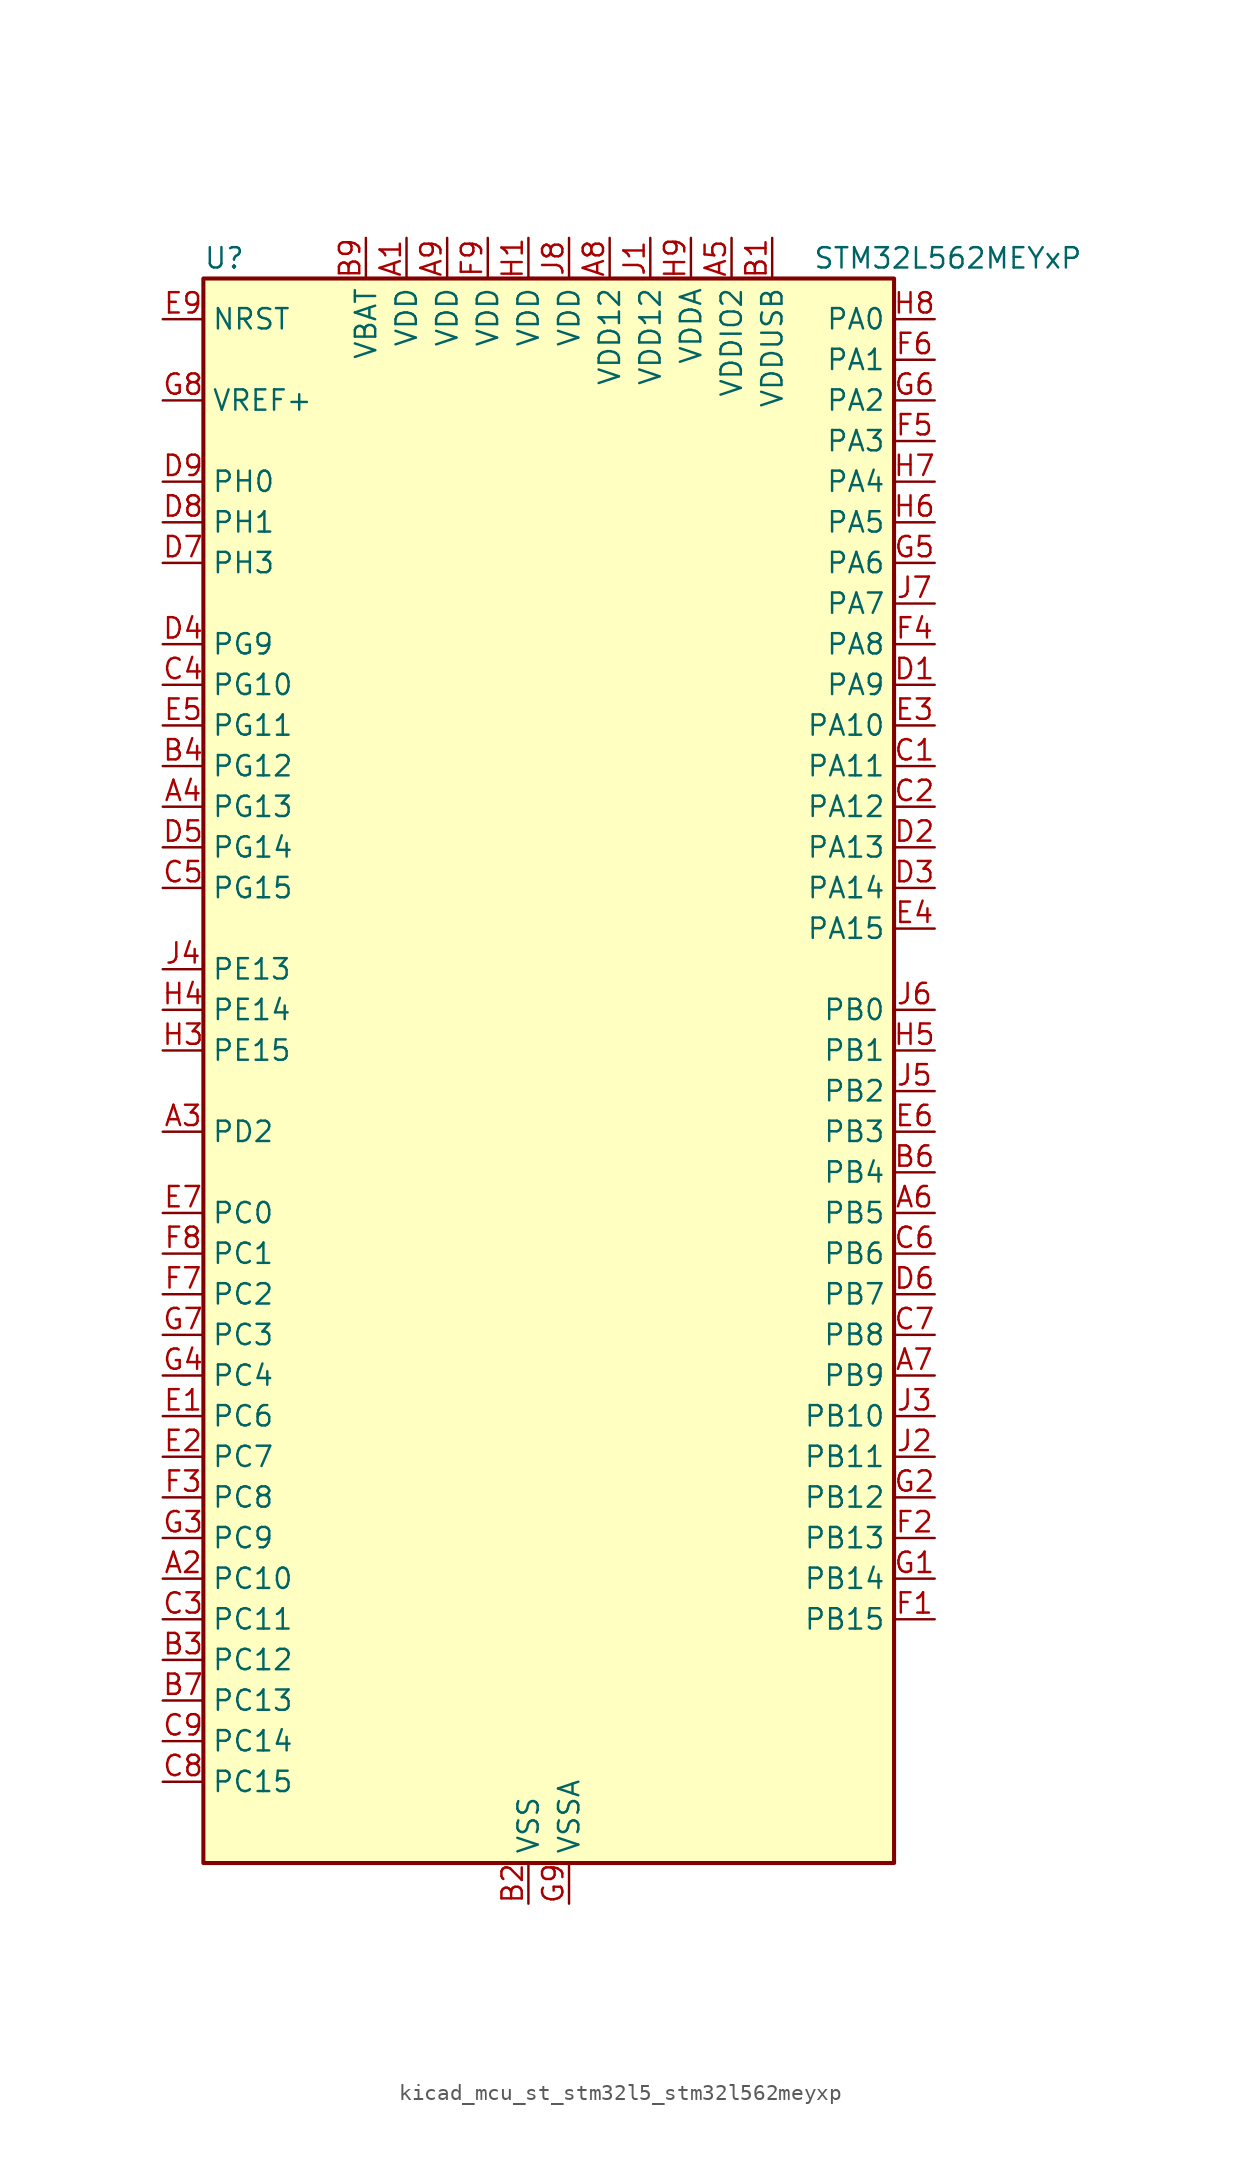
<source format=kicad_sym>
(kicad_symbol_lib
  (version 20220914)
  (generator kicad_symbol_editor)
  (symbol "kicad_mcu_st_stm32l5_stm32l562meyxp"
    (property "Reference" "U"
      (at -20.32 52.07 0)
      (effects (font (size 1.27 1.27)) (justify left)))
    (property "Value" "STM32L562MEYxP"
      (at 17.78 52.07 0)
      (effects (font (size 1.27 1.27)) (justify left)))
    (property "ki_locked" ""
      (at 0 0 0)
      (effects (font (size 1.27 1.27))))
    (symbol "kicad_mcu_st_stm32l5_stm32l562meyxp_0_1"
      (rectangle (start -20.32 -48.26) (end 22.86 50.8) (stroke (width 0.254) (type default)) (fill (type background))))
    (symbol "kicad_mcu_st_stm32l5_stm32l562meyxp_1_1"
      (pin power_in line (at -7.62 53.34 270) (length 2.54) (name "VDD" (effects (font (size 1.27 1.27)))) (number "A1" (effects (font (size 1.27 1.27)))))
      (pin bidirectional line (at -22.86 -30.48 0) (length 2.54) (name "PC10" (effects (font (size 1.27 1.27)))) (number "A2" (effects (font (size 1.27 1.27)))) (alternate "DEBUG_TRACED1" bidirectional line) (alternate "LPTIM3_ETR" bidirectional line) (alternate "SAI2_SCK_B" bidirectional line) (alternate "SDMMC1_D2" bidirectional line) (alternate "SPI3_SCK" bidirectional line) (alternate "TSC_G3_IO2" bidirectional line) (alternate "UART4_TX" bidirectional line) (alternate "USART3_TX" bidirectional line))
      (pin bidirectional line (at -22.86 -2.54 0) (length 2.54) (name "PD2" (effects (font (size 1.27 1.27)))) (number "A3" (effects (font (size 1.27 1.27)))) (alternate "DEBUG_TRACED2" bidirectional line) (alternate "SDMMC1_CMD" bidirectional line) (alternate "TIM3_ETR" bidirectional line) (alternate "TSC_SYNC" bidirectional line) (alternate "UART5_RX" bidirectional line) (alternate "USART3_DE" bidirectional line) (alternate "USART3_RTS" bidirectional line))
      (pin bidirectional line (at -22.86 17.78 0) (length 2.54) (name "PG13" (effects (font (size 1.27 1.27)))) (number "A4" (effects (font (size 1.27 1.27)))) (alternate "I2C1_SDA" bidirectional line) (alternate "USART1_CK" bidirectional line))
      (pin power_in line (at 12.7 53.34 270) (length 2.54) (name "VDDIO2" (effects (font (size 1.27 1.27)))) (number "A5" (effects (font (size 1.27 1.27)))))
      (pin bidirectional line (at 25.4 -7.62 180) (length 2.54) (name "PB5" (effects (font (size 1.27 1.27)))) (number "A6" (effects (font (size 1.27 1.27)))) (alternate "COMP2_OUT" bidirectional line) (alternate "I2C1_SMBA" bidirectional line) (alternate "LPTIM1_IN1" bidirectional line) (alternate "OCTOSPI1_NCLK" bidirectional line) (alternate "SAI1_SD_B" bidirectional line) (alternate "SPI1_MOSI" bidirectional line) (alternate "SPI3_MOSI" bidirectional line) (alternate "TIM16_BKIN" bidirectional line) (alternate "TIM3_CH2" bidirectional line) (alternate "TSC_G2_IO2" bidirectional line) (alternate "UART5_CTS" bidirectional line) (alternate "UCPD1_DBCC1" bidirectional line) (alternate "USART1_CK" bidirectional line))
      (pin bidirectional line (at 25.4 -17.78 180) (length 2.54) (name "PB9" (effects (font (size 1.27 1.27)))) (number "A7" (effects (font (size 1.27 1.27)))) (alternate "DAC1_EXTI9" bidirectional line) (alternate "FDCAN1_TX" bidirectional line) (alternate "I2C1_SDA" bidirectional line) (alternate "IR_OUT" bidirectional line) (alternate "SAI1_D2" bidirectional line) (alternate "SAI1_FS_A" bidirectional line) (alternate "SDMMC1_CDIR" bidirectional line) (alternate "SDMMC1_D5" bidirectional line) (alternate "SPI2_NSS" bidirectional line) (alternate "TIM17_CH1" bidirectional line) (alternate "TIM4_CH4" bidirectional line))
      (pin power_in line (at 5.08 53.34 270) (length 2.54) (name "VDD12" (effects (font (size 1.27 1.27)))) (number "A8" (effects (font (size 1.27 1.27)))))
      (pin power_in line (at -5.08 53.34 270) (length 2.54) (name "VDD" (effects (font (size 1.27 1.27)))) (number "A9" (effects (font (size 1.27 1.27)))))
      (pin power_in line (at 15.24 53.34 270) (length 2.54) (name "VDDUSB" (effects (font (size 1.27 1.27)))) (number "B1" (effects (font (size 1.27 1.27)))))
      (pin power_in line (at 0 -50.8 90) (length 2.54) (name "VSS" (effects (font (size 1.27 1.27)))) (number "B2" (effects (font (size 1.27 1.27)))))
      (pin bidirectional line (at -22.86 -35.56 0) (length 2.54) (name "PC12" (effects (font (size 1.27 1.27)))) (number "B3" (effects (font (size 1.27 1.27)))) (alternate "DEBUG_TRACED3" bidirectional line) (alternate "SAI2_SD_B" bidirectional line) (alternate "SDMMC1_CK" bidirectional line) (alternate "SPI3_MOSI" bidirectional line) (alternate "TSC_G3_IO4" bidirectional line) (alternate "UART5_TX" bidirectional line) (alternate "USART3_CK" bidirectional line))
      (pin bidirectional line (at -22.86 20.32 0) (length 2.54) (name "PG12" (effects (font (size 1.27 1.27)))) (number "B4" (effects (font (size 1.27 1.27)))) (alternate "LPTIM1_ETR" bidirectional line) (alternate "SAI2_SD_A" bidirectional line) (alternate "SPI3_NSS" bidirectional line) (alternate "USART1_DE" bidirectional line) (alternate "USART1_RTS" bidirectional line))
      (pin passive line (at 0 -50.8 90) (length 2.54) hide (name "VSS" (effects (font (size 1.27 1.27)))) (number "B5" (effects (font (size 1.27 1.27)))))
      (pin bidirectional line (at 25.4 -5.08 180) (length 2.54) (name "PB4" (effects (font (size 1.27 1.27)))) (number "B6" (effects (font (size 1.27 1.27)))) (alternate "COMP2_INP" bidirectional line) (alternate "DEBUG_JTRST" bidirectional line) (alternate "I2C3_SDA" bidirectional line) (alternate "SAI1_MCLK_B" bidirectional line) (alternate "SPI1_MISO" bidirectional line) (alternate "SPI3_MISO" bidirectional line) (alternate "TIM17_BKIN" bidirectional line) (alternate "TIM3_CH1" bidirectional line) (alternate "TSC_G2_IO1" bidirectional line) (alternate "UART5_DE" bidirectional line) (alternate "UART5_RTS" bidirectional line) (alternate "USART1_CTS" bidirectional line) (alternate "USART1_NSS" bidirectional line))
      (pin bidirectional line (at -22.86 -38.1 0) (length 2.54) (name "PC13" (effects (font (size 1.27 1.27)))) (number "B7" (effects (font (size 1.27 1.27)))) (alternate "PWR_WKUP2" bidirectional line) (alternate "RTC_OUT1" bidirectional line) (alternate "RTC_TS" bidirectional line) (alternate "TAMP_IN1" bidirectional line) (alternate "TAMP_OUT2" bidirectional line))
      (pin passive line (at 0 -50.8 90) (length 2.54) hide (name "VSS" (effects (font (size 1.27 1.27)))) (number "B8" (effects (font (size 1.27 1.27)))))
      (pin power_in line (at -10.16 53.34 270) (length 2.54) (name "VBAT" (effects (font (size 1.27 1.27)))) (number "B9" (effects (font (size 1.27 1.27)))))
      (pin bidirectional line (at 25.4 20.32 180) (length 2.54) (name "PA11" (effects (font (size 1.27 1.27)))) (number "C1" (effects (font (size 1.27 1.27)))) (alternate "ADC1_EXTI11" bidirectional line) (alternate "ADC2_EXTI11" bidirectional line) (alternate "FDCAN1_RX" bidirectional line) (alternate "SPI1_MISO" bidirectional line) (alternate "TIM1_BKIN2" bidirectional line) (alternate "TIM1_CH4" bidirectional line) (alternate "USART1_CTS" bidirectional line) (alternate "USART1_NSS" bidirectional line) (alternate "USB_DM" bidirectional line))
      (pin bidirectional line (at 25.4 17.78 180) (length 2.54) (name "PA12" (effects (font (size 1.27 1.27)))) (number "C2" (effects (font (size 1.27 1.27)))) (alternate "FDCAN1_TX" bidirectional line) (alternate "SPI1_MOSI" bidirectional line) (alternate "TIM1_ETR" bidirectional line) (alternate "USART1_DE" bidirectional line) (alternate "USART1_RTS" bidirectional line) (alternate "USB_DP" bidirectional line))
      (pin bidirectional line (at -22.86 -33.02 0) (length 2.54) (name "PC11" (effects (font (size 1.27 1.27)))) (number "C3" (effects (font (size 1.27 1.27)))) (alternate "ADC1_EXTI11" bidirectional line) (alternate "ADC2_EXTI11" bidirectional line) (alternate "LPTIM3_IN1" bidirectional line) (alternate "OCTOSPI1_NCS" bidirectional line) (alternate "SAI2_MCLK_B" bidirectional line) (alternate "SDMMC1_D3" bidirectional line) (alternate "SPI3_MISO" bidirectional line) (alternate "TSC_G3_IO3" bidirectional line) (alternate "UART4_RX" bidirectional line) (alternate "UCPD1_FRSTX2" bidirectional line) (alternate "USART3_RX" bidirectional line))
      (pin bidirectional line (at -22.86 25.4 0) (length 2.54) (name "PG10" (effects (font (size 1.27 1.27)))) (number "C4" (effects (font (size 1.27 1.27)))) (alternate "LPTIM1_IN1" bidirectional line) (alternate "SAI2_FS_A" bidirectional line) (alternate "SPI3_MISO" bidirectional line) (alternate "TIM15_CH1" bidirectional line) (alternate "USART1_RX" bidirectional line))
      (pin bidirectional line (at -22.86 12.7 0) (length 2.54) (name "PG15" (effects (font (size 1.27 1.27)))) (number "C5" (effects (font (size 1.27 1.27)))) (alternate "ADC1_EXTI15" bidirectional line) (alternate "ADC2_EXTI15" bidirectional line) (alternate "I2C1_SMBA" bidirectional line) (alternate "LPTIM1_OUT" bidirectional line))
      (pin bidirectional line (at 25.4 -10.16 180) (length 2.54) (name "PB6" (effects (font (size 1.27 1.27)))) (number "C6" (effects (font (size 1.27 1.27)))) (alternate "COMP2_INP" bidirectional line) (alternate "I2C1_SCL" bidirectional line) (alternate "I2C4_SCL" bidirectional line) (alternate "LPTIM1_ETR" bidirectional line) (alternate "SAI1_FS_B" bidirectional line) (alternate "TIM16_CH1N" bidirectional line) (alternate "TIM4_CH1" bidirectional line) (alternate "TIM8_BKIN2" bidirectional line) (alternate "TSC_G2_IO3" bidirectional line) (alternate "USART1_TX" bidirectional line))
      (pin bidirectional line (at 25.4 -15.24 180) (length 2.54) (name "PB8" (effects (font (size 1.27 1.27)))) (number "C7" (effects (font (size 1.27 1.27)))) (alternate "DFSDM1_CKOUT" bidirectional line) (alternate "FDCAN1_RX" bidirectional line) (alternate "I2C1_SCL" bidirectional line) (alternate "SAI1_CK1" bidirectional line) (alternate "SAI1_MCLK_A" bidirectional line) (alternate "SDMMC1_CKIN" bidirectional line) (alternate "SDMMC1_D4" bidirectional line) (alternate "TIM16_CH1" bidirectional line) (alternate "TIM4_CH3" bidirectional line))
      (pin bidirectional line (at -22.86 -43.18 0) (length 2.54) (name "PC15" (effects (font (size 1.27 1.27)))) (number "C8" (effects (font (size 1.27 1.27)))) (alternate "ADC1_EXTI15" bidirectional line) (alternate "ADC2_EXTI15" bidirectional line) (alternate "RCC_OSC32_OUT" bidirectional line))
      (pin bidirectional line (at -22.86 -40.64 0) (length 2.54) (name "PC14" (effects (font (size 1.27 1.27)))) (number "C9" (effects (font (size 1.27 1.27)))) (alternate "RCC_OSC32_IN" bidirectional line))
      (pin bidirectional line (at 25.4 25.4 180) (length 2.54) (name "PA9" (effects (font (size 1.27 1.27)))) (number "D1" (effects (font (size 1.27 1.27)))) (alternate "DAC1_EXTI9" bidirectional line) (alternate "SAI1_FS_A" bidirectional line) (alternate "SPI2_SCK" bidirectional line) (alternate "TIM15_BKIN" bidirectional line) (alternate "TIM1_CH2" bidirectional line) (alternate "USART1_TX" bidirectional line))
      (pin bidirectional line (at 25.4 15.24 180) (length 2.54) (name "PA13" (effects (font (size 1.27 1.27)))) (number "D2" (effects (font (size 1.27 1.27)))) (alternate "DEBUG_JTMS-SWDIO" bidirectional line) (alternate "IR_OUT" bidirectional line) (alternate "SAI1_SD_B" bidirectional line) (alternate "USB_NOE" bidirectional line))
      (pin bidirectional line (at 25.4 12.7 180) (length 2.54) (name "PA14" (effects (font (size 1.27 1.27)))) (number "D3" (effects (font (size 1.27 1.27)))) (alternate "DEBUG_JTCK-SWCLK" bidirectional line) (alternate "I2C1_SMBA" bidirectional line) (alternate "I2C4_SMBA" bidirectional line) (alternate "LPTIM1_OUT" bidirectional line) (alternate "SAI1_FS_B" bidirectional line))
      (pin bidirectional line (at -22.86 27.94 0) (length 2.54) (name "PG9" (effects (font (size 1.27 1.27)))) (number "D4" (effects (font (size 1.27 1.27)))) (alternate "DAC1_EXTI9" bidirectional line) (alternate "SAI2_SCK_A" bidirectional line) (alternate "SPI3_SCK" bidirectional line) (alternate "TIM15_CH1N" bidirectional line) (alternate "USART1_TX" bidirectional line))
      (pin bidirectional line (at -22.86 15.24 0) (length 2.54) (name "PG14" (effects (font (size 1.27 1.27)))) (number "D5" (effects (font (size 1.27 1.27)))) (alternate "I2C1_SCL" bidirectional line))
      (pin bidirectional line (at 25.4 -12.7 180) (length 2.54) (name "PB7" (effects (font (size 1.27 1.27)))) (number "D6" (effects (font (size 1.27 1.27)))) (alternate "COMP2_INM" bidirectional line) (alternate "I2C1_SDA" bidirectional line) (alternate "I2C4_SDA" bidirectional line) (alternate "LPTIM1_IN2" bidirectional line) (alternate "PWR_PVD_IN" bidirectional line) (alternate "TIM17_CH1N" bidirectional line) (alternate "TIM4_CH2" bidirectional line) (alternate "TIM8_BKIN" bidirectional line) (alternate "TSC_G2_IO4" bidirectional line) (alternate "UART4_CTS" bidirectional line) (alternate "USART1_RX" bidirectional line))
      (pin bidirectional line (at -22.86 33.02 0) (length 2.54) (name "PH3" (effects (font (size 1.27 1.27)))) (number "D7" (effects (font (size 1.27 1.27)))))
      (pin bidirectional line (at -22.86 35.56 0) (length 2.54) (name "PH1" (effects (font (size 1.27 1.27)))) (number "D8" (effects (font (size 1.27 1.27)))) (alternate "RCC_OSC_OUT" bidirectional line))
      (pin bidirectional line (at -22.86 38.1 0) (length 2.54) (name "PH0" (effects (font (size 1.27 1.27)))) (number "D9" (effects (font (size 1.27 1.27)))) (alternate "RCC_OSC_IN" bidirectional line))
      (pin bidirectional line (at -22.86 -20.32 0) (length 2.54) (name "PC6" (effects (font (size 1.27 1.27)))) (number "E1" (effects (font (size 1.27 1.27)))) (alternate "DFSDM1_CKIN3" bidirectional line) (alternate "SAI2_MCLK_A" bidirectional line) (alternate "SDMMC1_D0DIR" bidirectional line) (alternate "SDMMC1_D6" bidirectional line) (alternate "TIM3_CH1" bidirectional line) (alternate "TIM8_CH1" bidirectional line) (alternate "TSC_G4_IO1" bidirectional line))
      (pin bidirectional line (at -22.86 -22.86 0) (length 2.54) (name "PC7" (effects (font (size 1.27 1.27)))) (number "E2" (effects (font (size 1.27 1.27)))) (alternate "DFSDM1_DATIN3" bidirectional line) (alternate "SAI2_MCLK_B" bidirectional line) (alternate "SDMMC1_D123DIR" bidirectional line) (alternate "SDMMC1_D7" bidirectional line) (alternate "TIM3_CH2" bidirectional line) (alternate "TIM8_CH2" bidirectional line) (alternate "TSC_G4_IO2" bidirectional line))
      (pin bidirectional line (at 25.4 22.86 180) (length 2.54) (name "PA10" (effects (font (size 1.27 1.27)))) (number "E3" (effects (font (size 1.27 1.27)))) (alternate "CRS_SYNC" bidirectional line) (alternate "SAI1_D1" bidirectional line) (alternate "SAI1_SD_A" bidirectional line) (alternate "TIM17_BKIN" bidirectional line) (alternate "TIM1_CH3" bidirectional line) (alternate "USART1_RX" bidirectional line))
      (pin bidirectional line (at 25.4 10.16 180) (length 2.54) (name "PA15" (effects (font (size 1.27 1.27)))) (number "E4" (effects (font (size 1.27 1.27)))) (alternate "ADC1_EXTI15" bidirectional line) (alternate "ADC2_EXTI15" bidirectional line) (alternate "DEBUG_JTDI" bidirectional line) (alternate "SAI2_FS_B" bidirectional line) (alternate "SPI1_NSS" bidirectional line) (alternate "SPI3_NSS" bidirectional line) (alternate "TIM2_CH1" bidirectional line) (alternate "TIM2_ETR" bidirectional line) (alternate "UART4_DE" bidirectional line) (alternate "UART4_RTS" bidirectional line) (alternate "UCPD1_CC1" bidirectional line) (alternate "USART2_RX" bidirectional line) (alternate "USART3_DE" bidirectional line) (alternate "USART3_RTS" bidirectional line))
      (pin bidirectional line (at -22.86 22.86 0) (length 2.54) (name "PG11" (effects (font (size 1.27 1.27)))) (number "E5" (effects (font (size 1.27 1.27)))) (alternate "ADC1_EXTI11" bidirectional line) (alternate "ADC2_EXTI11" bidirectional line) (alternate "LPTIM1_IN2" bidirectional line) (alternate "OCTOSPI1_IO5" bidirectional line) (alternate "SAI2_MCLK_A" bidirectional line) (alternate "SPI3_MOSI" bidirectional line) (alternate "TIM15_CH2" bidirectional line) (alternate "USART1_CTS" bidirectional line) (alternate "USART1_NSS" bidirectional line))
      (pin bidirectional line (at 25.4 -2.54 180) (length 2.54) (name "PB3" (effects (font (size 1.27 1.27)))) (number "E6" (effects (font (size 1.27 1.27)))) (alternate "COMP2_INM" bidirectional line) (alternate "CRS_SYNC" bidirectional line) (alternate "DEBUG_JTDO-SWO" bidirectional line) (alternate "SAI1_SCK_B" bidirectional line) (alternate "SPI1_SCK" bidirectional line) (alternate "SPI3_SCK" bidirectional line) (alternate "TIM2_CH2" bidirectional line) (alternate "USART1_DE" bidirectional line) (alternate "USART1_RTS" bidirectional line))
      (pin bidirectional line (at -22.86 -7.62 0) (length 2.54) (name "PC0" (effects (font (size 1.27 1.27)))) (number "E7" (effects (font (size 1.27 1.27)))) (alternate "ADC1_IN1" bidirectional line) (alternate "ADC2_IN1" bidirectional line) (alternate "I2C3_SCL" bidirectional line) (alternate "LPTIM1_IN1" bidirectional line) (alternate "LPTIM2_IN1" bidirectional line) (alternate "LPUART1_RX" bidirectional line) (alternate "OCTOSPI1_IO7" bidirectional line) (alternate "SAI2_FS_A" bidirectional line) (alternate "SDMMC1_D5" bidirectional line))
      (pin passive line (at 0 -50.8 90) (length 2.54) hide (name "VSS" (effects (font (size 1.27 1.27)))) (number "E8" (effects (font (size 1.27 1.27)))))
      (pin input line (at -22.86 48.26 0) (length 2.54) (name "NRST" (effects (font (size 1.27 1.27)))) (number "E9" (effects (font (size 1.27 1.27)))))
      (pin bidirectional line (at 25.4 -33.02 180) (length 2.54) (name "PB15" (effects (font (size 1.27 1.27)))) (number "F1" (effects (font (size 1.27 1.27)))) (alternate "ADC1_EXTI15" bidirectional line) (alternate "ADC2_EXTI15" bidirectional line) (alternate "DFSDM1_CKIN2" bidirectional line) (alternate "RTC_REFIN" bidirectional line) (alternate "SAI2_SD_A" bidirectional line) (alternate "SPI2_MOSI" bidirectional line) (alternate "TIM15_CH2" bidirectional line) (alternate "TIM1_CH3N" bidirectional line) (alternate "TIM8_CH3N" bidirectional line) (alternate "UCPD1_CC2" bidirectional line))
      (pin bidirectional line (at 25.4 -27.94 180) (length 2.54) (name "PB13" (effects (font (size 1.27 1.27)))) (number "F2" (effects (font (size 1.27 1.27)))) (alternate "DFSDM1_CKIN1" bidirectional line) (alternate "I2C2_SCL" bidirectional line) (alternate "LPTIM3_IN1" bidirectional line) (alternate "LPUART1_CTS" bidirectional line) (alternate "SAI2_SCK_A" bidirectional line) (alternate "SPI2_SCK" bidirectional line) (alternate "TIM15_CH1N" bidirectional line) (alternate "TIM1_CH1N" bidirectional line) (alternate "TSC_G1_IO2" bidirectional line) (alternate "UCPD1_FRSTX2" bidirectional line) (alternate "USART3_CTS" bidirectional line) (alternate "USART3_NSS" bidirectional line))
      (pin bidirectional line (at -22.86 -25.4 0) (length 2.54) (name "PC8" (effects (font (size 1.27 1.27)))) (number "F3" (effects (font (size 1.27 1.27)))) (alternate "SDMMC1_D0" bidirectional line) (alternate "TIM3_CH3" bidirectional line) (alternate "TIM8_CH3" bidirectional line) (alternate "TSC_G4_IO3" bidirectional line))
      (pin bidirectional line (at 25.4 27.94 180) (length 2.54) (name "PA8" (effects (font (size 1.27 1.27)))) (number "F4" (effects (font (size 1.27 1.27)))) (alternate "LPTIM2_OUT" bidirectional line) (alternate "RCC_MCO" bidirectional line) (alternate "SAI1_CK2" bidirectional line) (alternate "SAI1_SCK_A" bidirectional line) (alternate "TIM1_CH1" bidirectional line) (alternate "USART1_CK" bidirectional line))
      (pin bidirectional line (at 25.4 40.64 180) (length 2.54) (name "PA3" (effects (font (size 1.27 1.27)))) (number "F5" (effects (font (size 1.27 1.27)))) (alternate "ADC1_IN8" bidirectional line) (alternate "ADC2_IN8" bidirectional line) (alternate "LPUART1_RX" bidirectional line) (alternate "OCTOSPI1_CLK" bidirectional line) (alternate "OPAMP1_VOUT" bidirectional line) (alternate "SAI1_CK1" bidirectional line) (alternate "SAI1_MCLK_A" bidirectional line) (alternate "TIM15_CH2" bidirectional line) (alternate "TIM2_CH4" bidirectional line) (alternate "TIM5_CH4" bidirectional line) (alternate "USART2_RX" bidirectional line))
      (pin bidirectional line (at 25.4 45.72 180) (length 2.54) (name "PA1" (effects (font (size 1.27 1.27)))) (number "F6" (effects (font (size 1.27 1.27)))) (alternate "ADC1_IN6" bidirectional line) (alternate "ADC2_IN6" bidirectional line) (alternate "I2C1_SMBA" bidirectional line) (alternate "OCTOSPI1_DQS" bidirectional line) (alternate "OPAMP1_VINM" bidirectional line) (alternate "SPI1_SCK" bidirectional line) (alternate "TAMP_IN5" bidirectional line) (alternate "TAMP_OUT4" bidirectional line) (alternate "TIM15_CH1N" bidirectional line) (alternate "TIM2_CH2" bidirectional line) (alternate "TIM5_CH2" bidirectional line) (alternate "UART4_RX" bidirectional line) (alternate "USART2_DE" bidirectional line) (alternate "USART2_RTS" bidirectional line))
      (pin bidirectional line (at -22.86 -12.7 0) (length 2.54) (name "PC2" (effects (font (size 1.27 1.27)))) (number "F7" (effects (font (size 1.27 1.27)))) (alternate "ADC1_IN3" bidirectional line) (alternate "ADC2_IN3" bidirectional line) (alternate "DFSDM1_CKOUT" bidirectional line) (alternate "LPTIM1_IN2" bidirectional line) (alternate "OCTOSPI1_IO5" bidirectional line) (alternate "SPI2_MISO" bidirectional line))
      (pin bidirectional line (at -22.86 -10.16 0) (length 2.54) (name "PC1" (effects (font (size 1.27 1.27)))) (number "F8" (effects (font (size 1.27 1.27)))) (alternate "ADC1_IN2" bidirectional line) (alternate "ADC2_IN2" bidirectional line) (alternate "DEBUG_TRACED0" bidirectional line) (alternate "I2C3_SDA" bidirectional line) (alternate "LPTIM1_OUT" bidirectional line) (alternate "LPUART1_TX" bidirectional line) (alternate "OCTOSPI1_IO4" bidirectional line) (alternate "SAI1_SD_A" bidirectional line) (alternate "SPI2_MOSI" bidirectional line))
      (pin power_in line (at -2.54 53.34 270) (length 2.54) (name "VDD" (effects (font (size 1.27 1.27)))) (number "F9" (effects (font (size 1.27 1.27)))))
      (pin bidirectional line (at 25.4 -30.48 180) (length 2.54) (name "PB14" (effects (font (size 1.27 1.27)))) (number "G1" (effects (font (size 1.27 1.27)))) (alternate "DFSDM1_DATIN2" bidirectional line) (alternate "I2C2_SDA" bidirectional line) (alternate "LPTIM3_ETR" bidirectional line) (alternate "SAI2_MCLK_A" bidirectional line) (alternate "SPI2_MISO" bidirectional line) (alternate "TIM15_CH1" bidirectional line) (alternate "TIM1_CH2N" bidirectional line) (alternate "TIM8_CH2N" bidirectional line) (alternate "TSC_G1_IO3" bidirectional line) (alternate "UCPD1_DBCC2" bidirectional line) (alternate "USART3_DE" bidirectional line) (alternate "USART3_RTS" bidirectional line))
      (pin bidirectional line (at 25.4 -25.4 180) (length 2.54) (name "PB12" (effects (font (size 1.27 1.27)))) (number "G2" (effects (font (size 1.27 1.27)))) (alternate "DFSDM1_DATIN1" bidirectional line) (alternate "I2C2_SMBA" bidirectional line) (alternate "LPUART1_DE" bidirectional line) (alternate "LPUART1_RTS" bidirectional line) (alternate "OCTOSPI1_NCLK" bidirectional line) (alternate "SAI2_FS_A" bidirectional line) (alternate "SPI2_NSS" bidirectional line) (alternate "TIM15_BKIN" bidirectional line) (alternate "TIM1_BKIN" bidirectional line) (alternate "TSC_G1_IO1" bidirectional line) (alternate "USART3_CK" bidirectional line))
      (pin bidirectional line (at -22.86 -27.94 0) (length 2.54) (name "PC9" (effects (font (size 1.27 1.27)))) (number "G3" (effects (font (size 1.27 1.27)))) (alternate "DAC1_EXTI9" bidirectional line) (alternate "DEBUG_TRACED0" bidirectional line) (alternate "SAI2_EXTCLK" bidirectional line) (alternate "SDMMC1_D1" bidirectional line) (alternate "TIM3_CH4" bidirectional line) (alternate "TIM8_BKIN2" bidirectional line) (alternate "TIM8_CH4" bidirectional line) (alternate "TSC_G4_IO4" bidirectional line) (alternate "USB_NOE" bidirectional line))
      (pin bidirectional line (at -22.86 -17.78 0) (length 2.54) (name "PC4" (effects (font (size 1.27 1.27)))) (number "G4" (effects (font (size 1.27 1.27)))) (alternate "ADC1_IN13" bidirectional line) (alternate "ADC2_IN13" bidirectional line) (alternate "COMP1_INM" bidirectional line) (alternate "OCTOSPI1_IO7" bidirectional line) (alternate "USART3_TX" bidirectional line))
      (pin bidirectional line (at 25.4 33.02 180) (length 2.54) (name "PA6" (effects (font (size 1.27 1.27)))) (number "G5" (effects (font (size 1.27 1.27)))) (alternate "ADC1_IN11" bidirectional line) (alternate "ADC2_IN11" bidirectional line) (alternate "LPUART1_CTS" bidirectional line) (alternate "OCTOSPI1_IO3" bidirectional line) (alternate "OPAMP2_VINP" bidirectional line) (alternate "SPI1_MISO" bidirectional line) (alternate "TIM16_CH1" bidirectional line) (alternate "TIM1_BKIN" bidirectional line) (alternate "TIM3_CH1" bidirectional line) (alternate "TIM8_BKIN" bidirectional line) (alternate "USART3_CTS" bidirectional line) (alternate "USART3_NSS" bidirectional line))
      (pin bidirectional line (at 25.4 43.18 180) (length 2.54) (name "PA2" (effects (font (size 1.27 1.27)))) (number "G6" (effects (font (size 1.27 1.27)))) (alternate "ADC1_IN7" bidirectional line) (alternate "ADC2_IN7" bidirectional line) (alternate "COMP1_INP" bidirectional line) (alternate "LPUART1_TX" bidirectional line) (alternate "OCTOSPI1_NCS" bidirectional line) (alternate "PWR_WKUP4" bidirectional line) (alternate "RCC_LSCO" bidirectional line) (alternate "SAI2_EXTCLK" bidirectional line) (alternate "TIM15_CH1" bidirectional line) (alternate "TIM2_CH3" bidirectional line) (alternate "TIM5_CH3" bidirectional line) (alternate "UCPD1_FRSTX1" bidirectional line) (alternate "USART2_TX" bidirectional line))
      (pin bidirectional line (at -22.86 -15.24 0) (length 2.54) (name "PC3" (effects (font (size 1.27 1.27)))) (number "G7" (effects (font (size 1.27 1.27)))) (alternate "ADC1_IN4" bidirectional line) (alternate "ADC2_IN4" bidirectional line) (alternate "LPTIM1_ETR" bidirectional line) (alternate "LPTIM2_ETR" bidirectional line) (alternate "LPTIM3_OUT" bidirectional line) (alternate "OCTOSPI1_IO6" bidirectional line) (alternate "SAI1_D1" bidirectional line) (alternate "SAI1_SD_A" bidirectional line) (alternate "SPI2_MOSI" bidirectional line))
      (pin input line (at -22.86 43.18 0) (length 2.54) (name "VREF+" (effects (font (size 1.27 1.27)))) (number "G8" (effects (font (size 1.27 1.27)))))
      (pin power_in line (at 2.54 -50.8 90) (length 2.54) (name "VSSA" (effects (font (size 1.27 1.27)))) (number "G9" (effects (font (size 1.27 1.27)))))
      (pin power_in line (at 0 53.34 270) (length 2.54) (name "VDD" (effects (font (size 1.27 1.27)))) (number "H1" (effects (font (size 1.27 1.27)))))
      (pin passive line (at 0 -50.8 90) (length 2.54) hide (name "VSS" (effects (font (size 1.27 1.27)))) (number "H2" (effects (font (size 1.27 1.27)))))
      (pin bidirectional line (at -22.86 2.54 0) (length 2.54) (name "PE15" (effects (font (size 1.27 1.27)))) (number "H3" (effects (font (size 1.27 1.27)))) (alternate "ADC1_EXTI15" bidirectional line) (alternate "ADC2_EXTI15" bidirectional line) (alternate "OCTOSPI1_IO3" bidirectional line) (alternate "SPI1_MOSI" bidirectional line) (alternate "TIM1_BKIN" bidirectional line))
      (pin bidirectional line (at -22.86 5.08 0) (length 2.54) (name "PE14" (effects (font (size 1.27 1.27)))) (number "H4" (effects (font (size 1.27 1.27)))) (alternate "OCTOSPI1_IO2" bidirectional line) (alternate "SPI1_MISO" bidirectional line) (alternate "TIM1_BKIN2" bidirectional line) (alternate "TIM1_CH4" bidirectional line))
      (pin bidirectional line (at 25.4 2.54 180) (length 2.54) (name "PB1" (effects (font (size 1.27 1.27)))) (number "H5" (effects (font (size 1.27 1.27)))) (alternate "ADC1_IN16" bidirectional line) (alternate "ADC2_IN16" bidirectional line) (alternate "COMP1_INM" bidirectional line) (alternate "DFSDM1_DATIN0" bidirectional line) (alternate "LPTIM2_IN1" bidirectional line) (alternate "LPUART1_DE" bidirectional line) (alternate "LPUART1_RTS" bidirectional line) (alternate "OCTOSPI1_IO0" bidirectional line) (alternate "TIM1_CH3N" bidirectional line) (alternate "TIM3_CH4" bidirectional line) (alternate "TIM8_CH3N" bidirectional line) (alternate "USART3_DE" bidirectional line) (alternate "USART3_RTS" bidirectional line))
      (pin bidirectional line (at 25.4 35.56 180) (length 2.54) (name "PA5" (effects (font (size 1.27 1.27)))) (number "H6" (effects (font (size 1.27 1.27)))) (alternate "ADC1_IN10" bidirectional line) (alternate "ADC2_IN10" bidirectional line) (alternate "DAC1_OUT2" bidirectional line) (alternate "LPTIM2_ETR" bidirectional line) (alternate "SPI1_SCK" bidirectional line) (alternate "TIM2_CH1" bidirectional line) (alternate "TIM2_ETR" bidirectional line) (alternate "TIM8_CH1N" bidirectional line))
      (pin bidirectional line (at 25.4 38.1 180) (length 2.54) (name "PA4" (effects (font (size 1.27 1.27)))) (number "H7" (effects (font (size 1.27 1.27)))) (alternate "ADC1_IN9" bidirectional line) (alternate "ADC2_IN9" bidirectional line) (alternate "DAC1_OUT1" bidirectional line) (alternate "LPTIM2_OUT" bidirectional line) (alternate "OCTOSPI1_NCS" bidirectional line) (alternate "SAI1_FS_B" bidirectional line) (alternate "SPI1_NSS" bidirectional line) (alternate "SPI3_NSS" bidirectional line) (alternate "USART2_CK" bidirectional line))
      (pin bidirectional line (at 25.4 48.26 180) (length 2.54) (name "PA0" (effects (font (size 1.27 1.27)))) (number "H8" (effects (font (size 1.27 1.27)))) (alternate "ADC1_IN5" bidirectional line) (alternate "ADC2_IN5" bidirectional line) (alternate "OPAMP1_VINP" bidirectional line) (alternate "PWR_WKUP1" bidirectional line) (alternate "SAI1_EXTCLK" bidirectional line) (alternate "TAMP_IN2" bidirectional line) (alternate "TAMP_OUT1" bidirectional line) (alternate "TIM2_CH1" bidirectional line) (alternate "TIM2_ETR" bidirectional line) (alternate "TIM5_CH1" bidirectional line) (alternate "TIM8_ETR" bidirectional line) (alternate "UART4_TX" bidirectional line) (alternate "USART2_CTS" bidirectional line) (alternate "USART2_NSS" bidirectional line))
      (pin power_in line (at 10.16 53.34 270) (length 2.54) (name "VDDA" (effects (font (size 1.27 1.27)))) (number "H9" (effects (font (size 1.27 1.27)))))
      (pin power_in line (at 7.62 53.34 270) (length 2.54) (name "VDD12" (effects (font (size 1.27 1.27)))) (number "J1" (effects (font (size 1.27 1.27)))))
      (pin bidirectional line (at 25.4 -22.86 180) (length 2.54) (name "PB11" (effects (font (size 1.27 1.27)))) (number "J2" (effects (font (size 1.27 1.27)))) (alternate "ADC1_EXTI11" bidirectional line) (alternate "ADC2_EXTI11" bidirectional line) (alternate "COMP2_OUT" bidirectional line) (alternate "I2C2_SDA" bidirectional line) (alternate "I2C4_SDA" bidirectional line) (alternate "LPUART1_TX" bidirectional line) (alternate "OCTOSPI1_NCS" bidirectional line) (alternate "TIM2_CH4" bidirectional line) (alternate "USART3_RX" bidirectional line))
      (pin bidirectional line (at 25.4 -20.32 180) (length 2.54) (name "PB10" (effects (font (size 1.27 1.27)))) (number "J3" (effects (font (size 1.27 1.27)))) (alternate "COMP1_OUT" bidirectional line) (alternate "I2C2_SCL" bidirectional line) (alternate "I2C4_SCL" bidirectional line) (alternate "LPTIM3_OUT" bidirectional line) (alternate "LPUART1_RX" bidirectional line) (alternate "OCTOSPI1_CLK" bidirectional line) (alternate "SAI1_SCK_A" bidirectional line) (alternate "SPI2_SCK" bidirectional line) (alternate "TIM2_CH3" bidirectional line) (alternate "TSC_SYNC" bidirectional line) (alternate "USART3_TX" bidirectional line))
      (pin bidirectional line (at -22.86 7.62 0) (length 2.54) (name "PE13" (effects (font (size 1.27 1.27)))) (number "J4" (effects (font (size 1.27 1.27)))) (alternate "OCTOSPI1_IO1" bidirectional line) (alternate "SPI1_SCK" bidirectional line) (alternate "TIM1_CH3" bidirectional line) (alternate "TSC_G5_IO4" bidirectional line))
      (pin bidirectional line (at 25.4 0 180) (length 2.54) (name "PB2" (effects (font (size 1.27 1.27)))) (number "J5" (effects (font (size 1.27 1.27)))) (alternate "COMP1_INP" bidirectional line) (alternate "DFSDM1_CKIN0" bidirectional line) (alternate "I2C3_SMBA" bidirectional line) (alternate "LPTIM1_OUT" bidirectional line) (alternate "OCTOSPI1_DQS" bidirectional line) (alternate "RTC_OUT2" bidirectional line) (alternate "UCPD1_FRSTX1" bidirectional line))
      (pin bidirectional line (at 25.4 5.08 180) (length 2.54) (name "PB0" (effects (font (size 1.27 1.27)))) (number "J6" (effects (font (size 1.27 1.27)))) (alternate "ADC1_IN15" bidirectional line) (alternate "ADC2_IN15" bidirectional line) (alternate "COMP1_OUT" bidirectional line) (alternate "OCTOSPI1_IO1" bidirectional line) (alternate "OPAMP2_VOUT" bidirectional line) (alternate "SAI1_EXTCLK" bidirectional line) (alternate "SPI1_NSS" bidirectional line) (alternate "TIM1_CH2N" bidirectional line) (alternate "TIM3_CH3" bidirectional line) (alternate "TIM8_CH2N" bidirectional line) (alternate "USART3_CK" bidirectional line))
      (pin bidirectional line (at 25.4 30.48 180) (length 2.54) (name "PA7" (effects (font (size 1.27 1.27)))) (number "J7" (effects (font (size 1.27 1.27)))) (alternate "ADC1_IN12" bidirectional line) (alternate "ADC2_IN12" bidirectional line) (alternate "I2C3_SCL" bidirectional line) (alternate "OCTOSPI1_IO2" bidirectional line) (alternate "OPAMP2_VINM" bidirectional line) (alternate "SPI1_MOSI" bidirectional line) (alternate "TIM17_CH1" bidirectional line) (alternate "TIM1_CH1N" bidirectional line) (alternate "TIM3_CH2" bidirectional line) (alternate "TIM8_CH1N" bidirectional line))
      (pin power_in line (at 2.54 53.34 270) (length 2.54) (name "VDD" (effects (font (size 1.27 1.27)))) (number "J8" (effects (font (size 1.27 1.27)))))
      (pin passive line (at 0 -50.8 90) (length 2.54) hide (name "VSS" (effects (font (size 1.27 1.27)))) (number "J9" (effects (font (size 1.27 1.27))))))))
</source>
